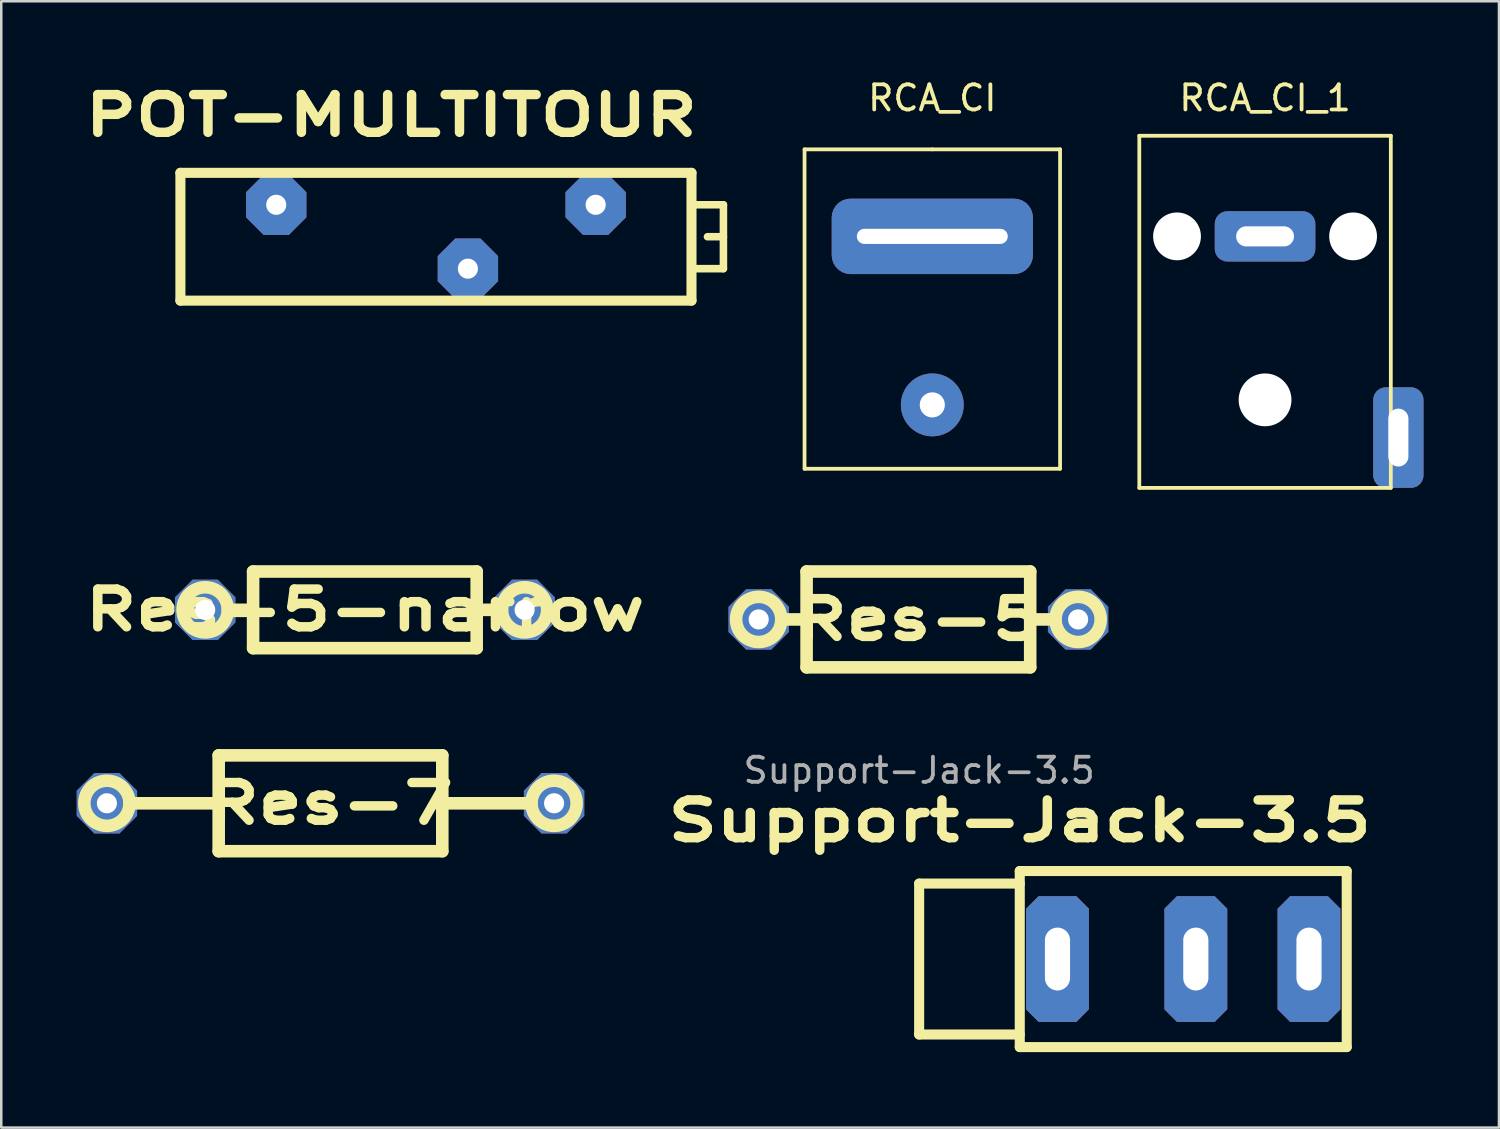
<source format=kicad_pcb>
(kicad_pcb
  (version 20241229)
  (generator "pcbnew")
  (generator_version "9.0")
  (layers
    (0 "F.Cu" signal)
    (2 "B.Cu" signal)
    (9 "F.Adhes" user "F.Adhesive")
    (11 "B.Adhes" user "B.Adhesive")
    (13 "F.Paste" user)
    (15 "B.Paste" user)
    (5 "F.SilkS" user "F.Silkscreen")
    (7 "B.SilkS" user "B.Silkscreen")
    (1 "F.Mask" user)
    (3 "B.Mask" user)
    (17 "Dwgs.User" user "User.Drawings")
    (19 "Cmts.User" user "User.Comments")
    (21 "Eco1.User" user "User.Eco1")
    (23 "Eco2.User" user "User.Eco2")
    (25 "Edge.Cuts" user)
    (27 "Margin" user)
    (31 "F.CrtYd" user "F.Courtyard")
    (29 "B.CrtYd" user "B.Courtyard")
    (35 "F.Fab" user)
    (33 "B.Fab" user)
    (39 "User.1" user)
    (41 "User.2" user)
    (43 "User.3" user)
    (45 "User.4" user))
  (footprint "Res-7"
    (layer "F.Cu")
    (at 10.09 28.888)
    (property "Reference" "Res-7" (at 0 0 0) (layer "F.SilkS") (effects (font (size 1.5 2) (thickness 0.375))))
    (attr through_hole)
    (fp_line (start -7.992 0) (end -4.445 0) (stroke (width 0.5) (type solid)) (layer "F.SilkS"))
    (fp_line (start -4.445 -1.905) (end 4.445 -1.905) (stroke (width 0.5) (type solid)) (layer "F.SilkS"))
    (fp_line (start -4.445 0) (end -4.445 -1.905) (stroke (width 0.5) (type solid)) (layer "F.SilkS"))
    (fp_line (start -4.445 1.905) (end -4.445 0) (stroke (width 0.5) (type solid)) (layer "F.SilkS"))
    (fp_line (start 4.445 -1.905) (end 4.445 0) (stroke (width 0.5) (type solid)) (layer "F.SilkS"))
    (fp_line (start 4.445 0) (end 4.445 1.905) (stroke (width 0.5) (type solid)) (layer "F.SilkS"))
    (fp_line (start 4.445 0) (end 7.992 0) (stroke (width 0.5) (type solid)) (layer "F.SilkS"))
    (fp_line (start 4.445 1.905) (end -4.445 1.905) (stroke (width 0.5) (type solid)) (layer "F.SilkS"))
    (fp_circle (center -8.89 0) (end -7.992 0) (stroke (width 0.5) (type solid)) (fill no) (layer "F.SilkS"))
    (fp_circle (center 8.89 0) (end 9.788 0) (stroke (width 0.5) (type solid)) (fill no) (layer "F.SilkS"))
    (pad "1" thru_hole custom (at -8.89 0) (size 1.524 1.524) (drill 0.8) (layers "*.Cu" "*.Mask") (options (anchor rect)) (primitives (gr_poly (pts (xy -1.2 0.5) (xy -1.2 -0.5) (xy -0.5 -1.2) (xy 0.5 -1.2) (xy 1.2 -0.5) (xy 1.2 0.5) (xy 0.5 1.2) (xy -0.5 1.2)) (width 0) (fill yes))))
    (pad "2" thru_hole custom (at 8.89 0) (size 1.524 1.524) (drill 0.8) (layers "*.Cu" "*.Mask") (options (anchor rect)) (primitives (gr_poly (pts (xy -1.2 0.5) (xy -1.2 -0.5) (xy -0.5 -1.2) (xy 0.5 -1.2) (xy 1.2 -0.5) (xy 1.2 0.5) (xy 0.5 1.2) (xy -0.5 1.2)) (width 0) (fill yes)))))
  (footprint "Support-Jack-3.5"
    (layer "F.Cu")
    (at 38.995 35.081)
    (property "Reference" "Support-Jack-3.5" (at -1.5 -5.5 0) (unlocked yes) (layer "F.SilkS") (effects (font (size 1.5 2) (thickness 0.375) (bold yes))))
    (attr through_hole)
    (fp_line (start -5.5 -3) (end -5.5 3) (stroke (width 0.4) (type default)) (layer "F.SilkS"))
    (fp_line (start -5.5 3) (end -1.5 3) (stroke (width 0.4) (type default)) (layer "F.SilkS"))
    (fp_line (start -1.5 -3.5) (end 11.5 -3.5) (stroke (width 0.4) (type default)) (layer "F.SilkS"))
    (fp_line (start -1.5 -3) (end -5.5 -3) (stroke (width 0.4) (type default)) (layer "F.SilkS"))
    (fp_line (start -1.5 3) (end -1.5 3.5) (stroke (width 0.1) (type default)) (layer "F.SilkS"))
    (fp_line (start -1.5 3.5) (end -1.5 -3.5) (stroke (width 0.4) (type default)) (layer "F.SilkS"))
    (fp_line (start -1.5 3.5) (end 11.5 3.5) (stroke (width 0.4) (type default)) (layer "F.SilkS"))
    (fp_line (start 11.5 3.5) (end 11.5 -3.5) (stroke (width 0.4) (type default)) (layer "F.SilkS"))
    (fp_text user "${REFERENCE}" (at -5.5 -7.5 0) (unlocked yes) (layer "F.Fab") (effects (font (size 1 1) (thickness 0.15))))
    (pad "1" thru_hole roundrect (at 0 0) (size 2.5 5) (drill oval 1 2.5) (layers "*.Cu" "*.Mask") (roundrect_rratio 0) (chamfer_ratio 0.2) (chamfer top_left top_right bottom_left bottom_right))
    (pad "2" thru_hole roundrect (at 5.5 0) (size 2.5 5) (drill oval 1 2.5) (layers "*.Cu" "*.Mask") (roundrect_rratio 0) (chamfer_ratio 0.2) (chamfer top_left top_right bottom_left bottom_right))
    (pad "3" thru_hole roundrect (at 10 0) (size 2.5 5) (drill oval 1 2.5) (layers "*.Cu" "*.Mask") (roundrect_rratio 0) (chamfer_ratio 0.2) (chamfer top_left top_right bottom_left bottom_right)))
  (footprint "RCA_CI_1"
    (layer "F.Cu")
    (at 47.248 0.348)
    (property "Reference" "RCA_CI_1" (at 0 0.5 0) (layer "F.SilkS") (effects (font (size 1 1) (thickness 0.15))))
    (attr through_hole)
    (fp_line (start -5 2) (end 5 2) (stroke (width 0.15) (type solid)) (layer "F.SilkS"))
    (fp_line (start -5 16) (end -5 2) (stroke (width 0.15) (type solid)) (layer "F.SilkS"))
    (fp_line (start 5 2) (end 5 16) (stroke (width 0.15) (type solid)) (layer "F.SilkS"))
    (fp_line (start 5 16) (end -5 16) (stroke (width 0.15) (type solid)) (layer "F.SilkS"))
    (pad "" np_thru_hole circle (at -3.5 6) (size 1.9 1.9) (drill 1.9) (layers "*.Cu" "*.Mask"))
    (pad "" np_thru_hole circle (at 0 12.5) (size 2.1 2.1) (drill 2.1) (layers "*.Cu" "*.Mask"))
    (pad "" np_thru_hole circle (at 3.5 6) (size 1.9 1.9) (drill 1.9) (layers "*.Cu" "*.Mask"))
    (pad "1" thru_hole roundrect (at 5.3 14) (size 2 4) (drill oval 0.8 2.3) (layers "*.Cu" "*.Mask") (roundrect_rratio 0.25))
    (pad "2" thru_hole roundrect (at 0 6) (size 4 2) (drill oval 2.3 0.8) (layers "*.Cu" "*.Mask") (roundrect_rratio 0.25)))
  (footprint "POT-MULTITOUR"
    (layer "F.Cu")
    (at 10.473 5.092)
    (property "Reference" "POT-MULTITOUR" (at 2.032 -3.556 0) (layer "F.SilkS") (effects (font (size 1.5 2) (thickness 0.375))))
    (attr through_hole)
    (fp_line (start -6.35 -1.27) (end 13.97 -1.27) (stroke (width 0.4) (type solid)) (layer "F.SilkS"))
    (fp_line (start -6.35 3.81) (end -6.35 -1.27) (stroke (width 0.4) (type solid)) (layer "F.SilkS"))
    (fp_line (start 13.97 -1.27) (end 13.97 3.81) (stroke (width 0.4) (type solid)) (layer "F.SilkS"))
    (fp_line (start 13.97 2.54) (end 15.24 2.54) (stroke (width 0.3) (type solid)) (layer "F.SilkS"))
    (fp_line (start 13.97 3.81) (end -6.35 3.81) (stroke (width 0.4) (type solid)) (layer "F.SilkS"))
    (fp_line (start 15.24 0) (end 13.97 0) (stroke (width 0.3) (type solid)) (layer "F.SilkS"))
    (fp_line (start 15.24 1.27) (end 14.605 1.27) (stroke (width 0.3) (type solid)) (layer "F.SilkS"))
    (fp_line (start 15.24 2.54) (end 15.24 0) (stroke (width 0.3) (type solid)) (layer "F.SilkS"))
    (pad "1" thru_hole custom (at -2.54 0) (size 1.524 1.524) (drill 0.8) (layers "*.Cu" "*.Mask") (options (anchor rect)) (primitives (gr_poly (pts (xy -1.2 0.5) (xy -1.2 -0.5) (xy -0.5 -1.2) (xy 0.5 -1.2) (xy 1.2 -0.5) (xy 1.2 0.5) (xy 0.5 1.2) (xy -0.5 1.2)) (width 0) (fill yes))))
    (pad "2" thru_hole custom (at 5.08 2.54) (size 1.524 1.524) (drill 0.8) (layers "*.Cu" "*.Mask") (options (anchor rect)) (primitives (gr_poly (pts (xy -1.2 0.5) (xy -1.2 -0.5) (xy -0.5 -1.2) (xy 0.5 -1.2) (xy 1.2 -0.5) (xy 1.2 0.5) (xy 0.5 1.2) (xy -0.5 1.2)) (width 0) (fill yes))))
    (pad "3" thru_hole custom (at 10.16 0) (size 1.524 1.524) (drill 0.8) (layers "*.Cu" "*.Mask") (options (anchor rect)) (primitives (gr_poly (pts (xy -1.2 0.5) (xy -1.2 -0.5) (xy -0.5 -1.2) (xy 0.5 -1.2) (xy 1.2 -0.5) (xy 1.2 0.5) (xy 0.5 1.2) (xy -0.5 1.2)) (width 0) (fill yes)))))
  (footprint "Res-5"
    (layer "F.Cu")
    (at 33.465 21.578)
    (property "Reference" "Res-5" (at 0 0 0) (layer "F.SilkS") (effects (font (size 1.5 2) (thickness 0.375))))
    (attr through_hole)
    (fp_line (start -5.452 0) (end -4.445 0) (stroke (width 0.5) (type solid)) (layer "F.SilkS"))
    (fp_line (start -4.445 -1.905) (end 4.445 -1.905) (stroke (width 0.5) (type solid)) (layer "F.SilkS"))
    (fp_line (start -4.445 0) (end -4.445 -1.905) (stroke (width 0.5) (type solid)) (layer "F.SilkS"))
    (fp_line (start -4.445 1.905) (end -4.445 0) (stroke (width 0.5) (type solid)) (layer "F.SilkS"))
    (fp_line (start 4.445 -1.905) (end 4.445 0) (stroke (width 0.5) (type solid)) (layer "F.SilkS"))
    (fp_line (start 4.445 0) (end 4.445 1.905) (stroke (width 0.5) (type solid)) (layer "F.SilkS"))
    (fp_line (start 4.445 0) (end 5.452 0) (stroke (width 0.5) (type solid)) (layer "F.SilkS"))
    (fp_line (start 4.445 1.905) (end -4.445 1.905) (stroke (width 0.5) (type solid)) (layer "F.SilkS"))
    (fp_circle (center -6.35 0) (end -5.452 0) (stroke (width 0.5) (type solid)) (fill no) (layer "F.SilkS"))
    (fp_circle (center 6.35 0) (end 7.248 0) (stroke (width 0.5) (type solid)) (fill no) (layer "F.SilkS"))
    (pad "1" thru_hole custom (at -6.35 0) (size 1.524 1.524) (drill 0.8) (layers "*.Cu" "*.Mask") (options (anchor rect)) (primitives (gr_poly (pts (xy -1.2 0.5) (xy -1.2 -0.5) (xy -0.5 -1.2) (xy 0.5 -1.2) (xy 1.2 -0.5) (xy 1.2 0.5) (xy 0.5 1.2) (xy -0.5 1.2)) (width 0) (fill yes))))
    (pad "2" thru_hole custom (at 6.35 0) (size 1.524 1.524) (drill 0.8) (layers "*.Cu" "*.Mask") (options (anchor rect)) (primitives (gr_poly (pts (xy -1.2 0.5) (xy -1.2 -0.5) (xy -0.5 -1.2) (xy 0.5 -1.2) (xy 1.2 -0.5) (xy 1.2 0.5) (xy 0.5 1.2) (xy -0.5 1.2)) (width 0) (fill yes)))))
  (footprint "Res-5-narrow"
    (layer "F.Cu")
    (at 11.458 21.197)
    (property "Reference" "Res-5-narrow" (at 0 0 0) (layer "F.SilkS") (effects (font (size 1.5 2) (thickness 0.375))))
    (attr through_hole)
    (fp_line (start -5.452 0) (end -4.445 0) (stroke (width 0.5) (type solid)) (layer "F.SilkS"))
    (fp_line (start -4.445 -1.524) (end 4.445 -1.524) (stroke (width 0.5) (type solid)) (layer "F.SilkS"))
    (fp_line (start -4.445 0) (end -4.445 -1.524) (stroke (width 0.5) (type solid)) (layer "F.SilkS"))
    (fp_line (start -4.445 1.524) (end -4.445 0) (stroke (width 0.5) (type solid)) (layer "F.SilkS"))
    (fp_line (start 4.445 -1.524) (end 4.445 0.381) (stroke (width 0.5) (type solid)) (layer "F.SilkS"))
    (fp_line (start 4.445 0) (end 4.445 1.524) (stroke (width 0.5) (type solid)) (layer "F.SilkS"))
    (fp_line (start 4.445 0) (end 5.452 0) (stroke (width 0.5) (type solid)) (layer "F.SilkS"))
    (fp_line (start 4.445 1.524) (end -4.445 1.524) (stroke (width 0.5) (type solid)) (layer "F.SilkS"))
    (fp_circle (center -6.35 0) (end -5.452 0) (stroke (width 0.5) (type solid)) (fill no) (layer "F.SilkS"))
    (fp_circle (center 6.35 0) (end 7.248 0) (stroke (width 0.5) (type solid)) (fill no) (layer "F.SilkS"))
    (pad "1" thru_hole custom (at -6.35 0) (size 1.524 1.524) (drill 0.8) (layers "*.Cu" "*.Mask") (options (anchor rect)) (primitives (gr_poly (pts (xy -1.2 0.5) (xy -1.2 -0.5) (xy -0.5 -1.2) (xy 0.5 -1.2) (xy 1.2 -0.5) (xy 1.2 0.5) (xy 0.5 1.2) (xy -0.5 1.2)) (width 0) (fill yes))))
    (pad "2" thru_hole custom (at 6.35 0) (size 1.524 1.524) (drill 0.8) (layers "*.Cu" "*.Mask") (options (anchor rect)) (primitives (gr_poly (pts (xy -1.2 0.5) (xy -1.2 -0.5) (xy -0.5 -1.2) (xy 0.5 -1.2) (xy 1.2 -0.5) (xy 1.2 0.5) (xy 0.5 1.2) (xy -0.5 1.2)) (width 0) (fill yes)))))
  (footprint "RCA_CI"
    (layer "F.Cu")
    (at 34.018 0.348)
    (property "Reference" "RCA_CI" (at 0 0.5 0) (layer "F.SilkS") (effects (font (size 1 1) (thickness 0.15))))
    (attr through_hole)
    (fp_line (start -5.08 2.54) (end -5.08 15.24) (stroke (width 0.15) (type solid)) (layer "F.SilkS"))
    (fp_line (start -5.08 15.24) (end 5.08 15.24) (stroke (width 0.15) (type solid)) (layer "F.SilkS"))
    (fp_line (start 0 2.54) (end -5.08 2.54) (stroke (width 0.15) (type solid)) (layer "F.SilkS"))
    (fp_line (start 5.08 2.54) (end 0 2.54) (stroke (width 0.15) (type solid)) (layer "F.SilkS"))
    (fp_line (start 5.08 15.24) (end 5.08 2.54) (stroke (width 0.15) (type solid)) (layer "F.SilkS"))
    (pad "1" thru_hole circle (at 0 12.7) (size 2.5 2.5) (drill 1) (layers "*.Cu" "*.Mask"))
    (pad "2" thru_hole roundrect (at 0 6) (size 8 3) (drill oval 6 0.6) (layers "*.Cu" "*.Mask") (roundrect_rratio 0.25)))
  (gr_rect
    (start -3 -3)
    (end 56.548 41.782)
    (stroke (width 0.1) (type default))
    (fill no)
    (layer "Edge.Cuts")))
</source>
